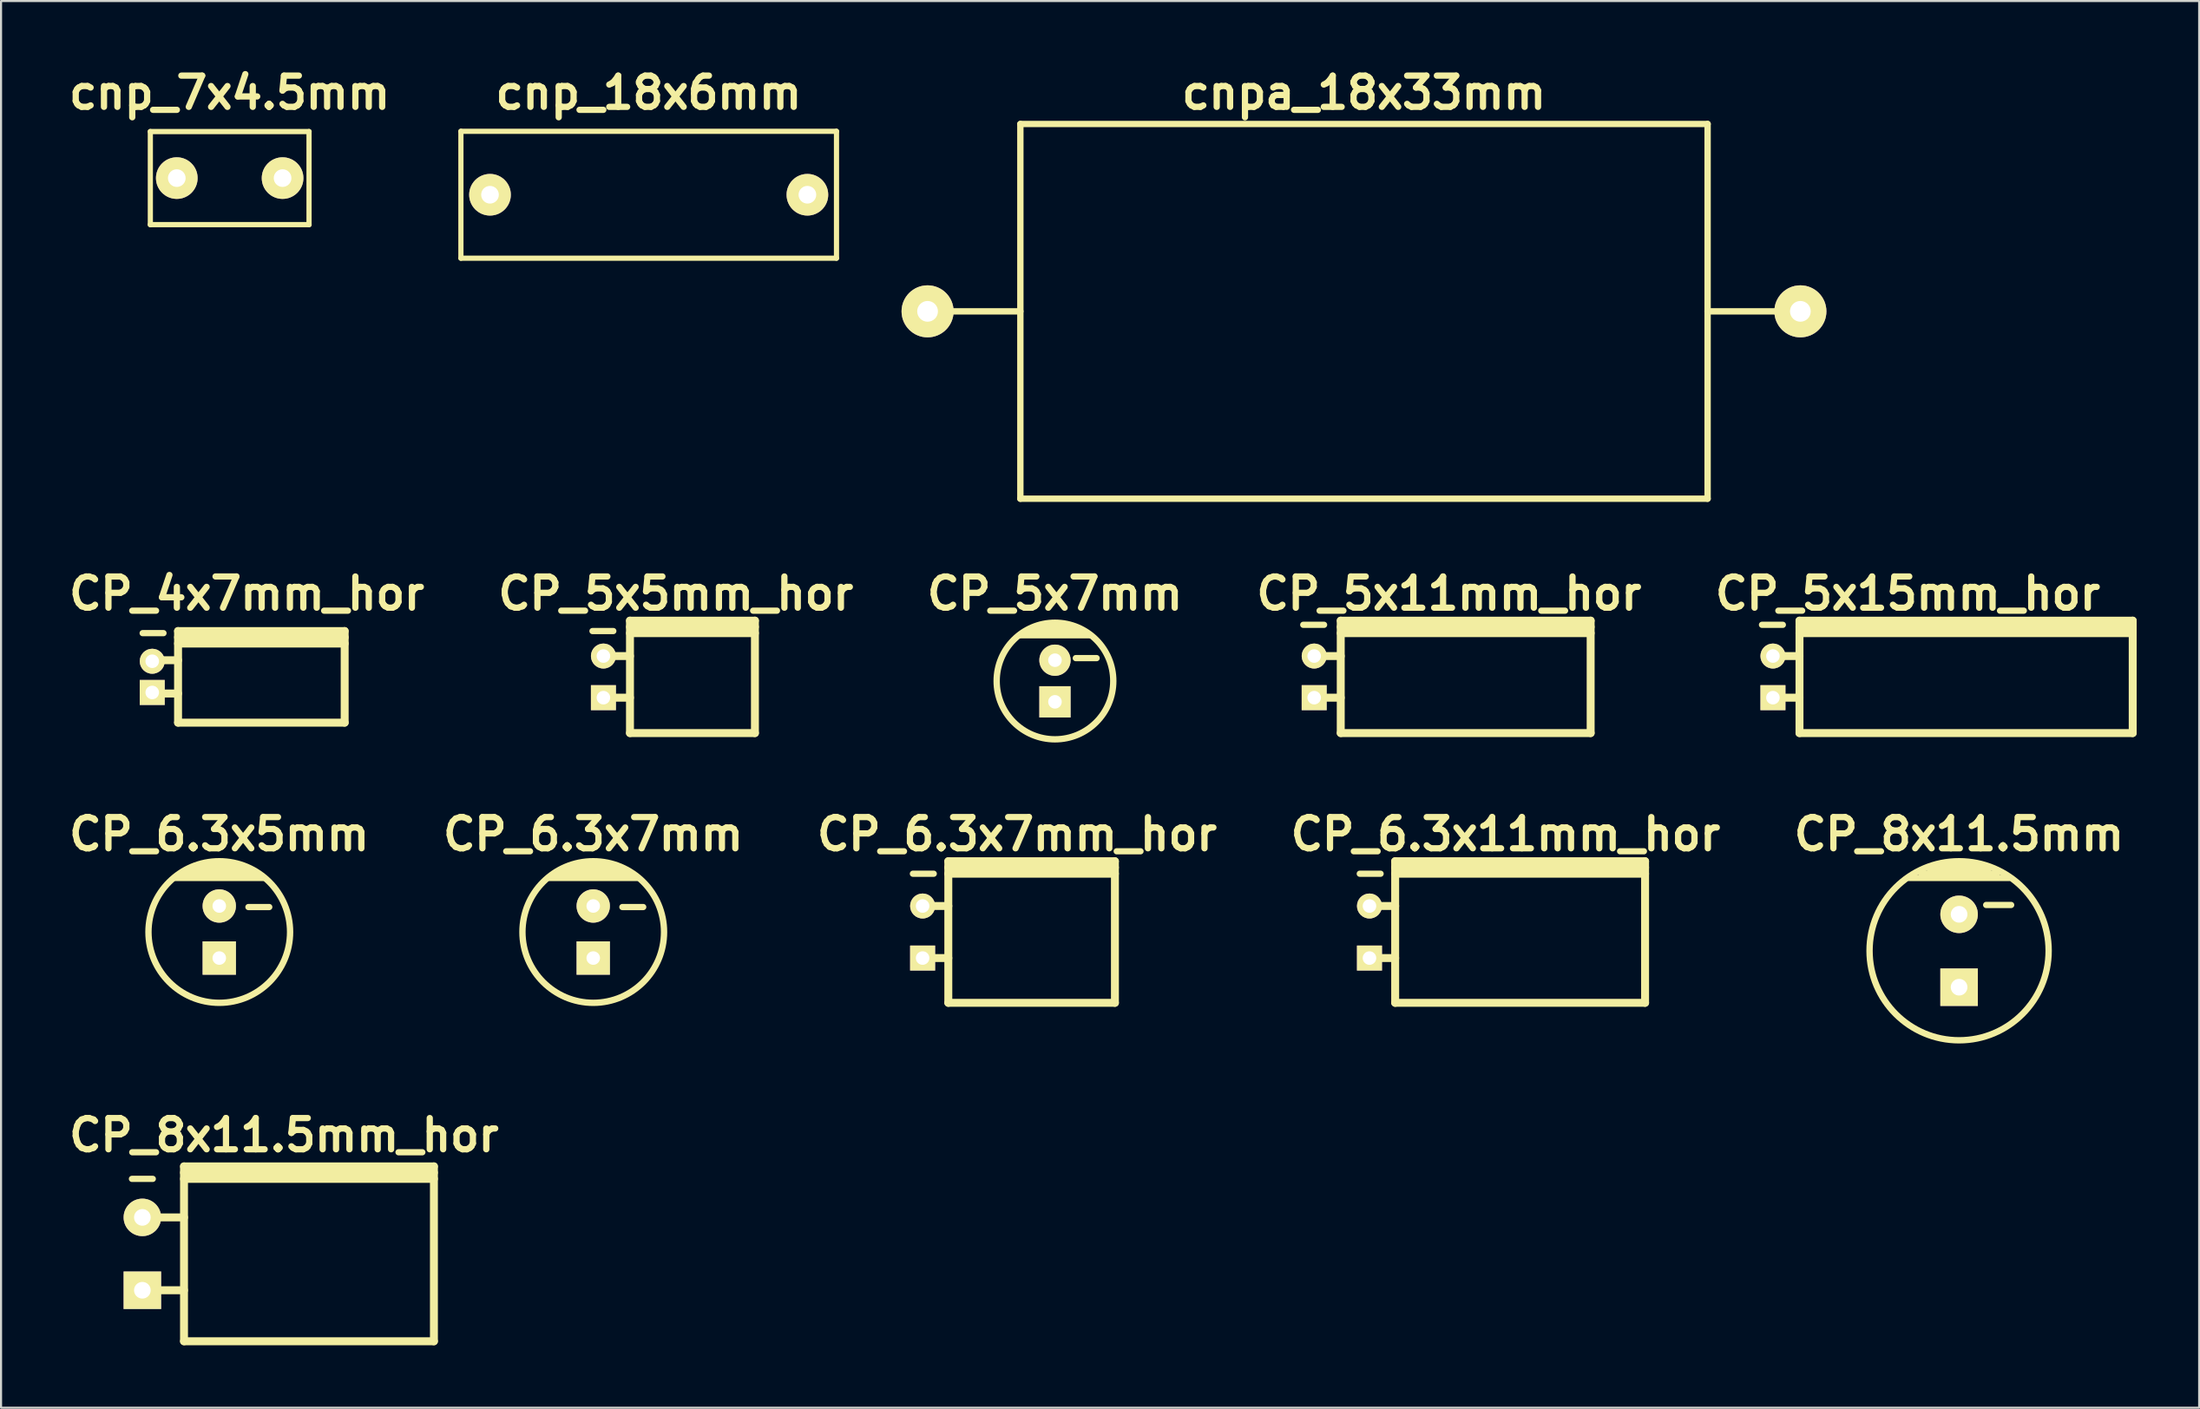
<source format=kicad_pcb>
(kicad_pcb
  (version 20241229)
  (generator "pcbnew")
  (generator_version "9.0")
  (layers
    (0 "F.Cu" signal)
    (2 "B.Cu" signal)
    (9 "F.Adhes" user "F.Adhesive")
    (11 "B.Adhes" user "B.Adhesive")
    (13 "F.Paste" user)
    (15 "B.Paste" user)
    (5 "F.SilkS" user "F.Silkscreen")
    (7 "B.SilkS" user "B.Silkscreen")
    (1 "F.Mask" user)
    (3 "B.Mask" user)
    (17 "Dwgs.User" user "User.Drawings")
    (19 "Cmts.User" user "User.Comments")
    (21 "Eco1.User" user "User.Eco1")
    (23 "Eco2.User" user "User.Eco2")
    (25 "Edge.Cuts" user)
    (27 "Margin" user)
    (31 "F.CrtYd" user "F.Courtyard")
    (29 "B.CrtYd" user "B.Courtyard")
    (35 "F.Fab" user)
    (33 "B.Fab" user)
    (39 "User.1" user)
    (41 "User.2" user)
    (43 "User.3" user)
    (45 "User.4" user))
  (footprint "CP_8x11.5mm"
    (layer "F.Cu")
    (at 91.021 42.616)
    (property "Reference" "CP_8x11.5mm" (at 0 -5.6 0) (layer "F.SilkS") (effects (font (size 1.5 1.5) (thickness 0.3))))
    (attr through_hole)
    (fp_line (start -2.4 -3.5) (end 2.4 -3.5) (stroke (width 0.305) (type solid)) (layer "F.SilkS"))
    (fp_line (start -1.8 -3.7) (end 1.8 -3.7) (stroke (width 0.305) (type solid)) (layer "F.SilkS"))
    (fp_line (start -1.4 -3.9) (end 1.4 -3.9) (stroke (width 0.305) (type solid)) (layer "F.SilkS"))
    (fp_line (start -0.8 -4.1) (end 0.9 -4.1) (stroke (width 0.305) (type solid)) (layer "F.SilkS"))
    (fp_line (start 1.3 -2.2) (end 2.5 -2.2) (stroke (width 0.3) (type solid)) (layer "F.SilkS"))
    (fp_circle (center 0 0) (end -4.3 0) (stroke (width 0.305) (type solid)) (fill no) (layer "F.SilkS"))
    (pad "1" thru_hole rect (at 0 1.75) (size 1.8 1.8) (drill 0.8) (layers "*.Cu" "*.Mask" "F.SilkS"))
    (pad "2" thru_hole circle (at 0 -1.75) (size 1.8 1.8) (drill 0.8) (layers "*.Cu" "*.Mask" "F.SilkS")))
  (footprint "CP_6.3x5mm"
    (layer "F.Cu")
    (at 7.479 41.716)
    (property "Reference" "CP_6.3x5mm" (at 0 -4.7 0) (layer "F.SilkS") (effects (font (size 1.5 1.5) (thickness 0.3))))
    (attr through_hole)
    (fp_line (start -2.1 -2.6) (end 2.1 -2.6) (stroke (width 0.305) (type solid)) (layer "F.SilkS"))
    (fp_line (start -1.8 -2.8) (end 1.8 -2.8) (stroke (width 0.305) (type solid)) (layer "F.SilkS"))
    (fp_line (start -1.4 -3) (end 1.4 -3) (stroke (width 0.305) (type solid)) (layer "F.SilkS"))
    (fp_line (start -0.8 -3.2) (end 0.9 -3.2) (stroke (width 0.305) (type solid)) (layer "F.SilkS"))
    (fp_line (start 1.4 -1.2) (end 2.4 -1.2) (stroke (width 0.3) (type solid)) (layer "F.SilkS"))
    (fp_circle (center 0 0) (end -3.4 0) (stroke (width 0.305) (type solid)) (fill no) (layer "F.SilkS"))
    (pad "1" thru_hole rect (at 0 1.25) (size 1.6 1.6) (drill 0.65) (layers "*.Cu" "*.Mask" "F.SilkS"))
    (pad "2" thru_hole circle (at 0 -1.25) (size 1.6 1.6) (drill 0.65) (layers "*.Cu" "*.Mask" "F.SilkS")))
  (footprint "CP_6.3x11mm_hor"
    (layer "F.Cu")
    (at 69.243 41.716)
    (property "Reference" "CP_6.3x11mm_hor" (at 0 -4.7 0) (layer "F.SilkS") (effects (font (size 1.5 1.5) (thickness 0.3))))
    (attr through_hole)
    (fp_line (start -7 -2.8) (end -6 -2.8) (stroke (width 0.3) (type solid)) (layer "F.SilkS"))
    (fp_line (start -6.5 -1.25) (end -5.3 -1.25) (stroke (width 0.381) (type solid)) (layer "F.SilkS"))
    (fp_line (start -6.5 1.25) (end -5.3 1.25) (stroke (width 0.381) (type solid)) (layer "F.SilkS"))
    (fp_line (start -5.3 -3.1) (end 6.7 -3.1) (stroke (width 0.381) (type solid)) (layer "F.SilkS"))
    (fp_line (start -5.3 -2.8) (end 6.7 -2.8) (stroke (width 0.381) (type solid)) (layer "F.SilkS"))
    (fp_line (start -5.3 3.4) (end -5.3 -3.4) (stroke (width 0.381) (type solid)) (layer "F.SilkS"))
    (fp_line (start 6.7 -3.4) (end -5.3 -3.4) (stroke (width 0.381) (type solid)) (layer "F.SilkS"))
    (fp_line (start 6.7 -3.4) (end 6.7 3.4) (stroke (width 0.381) (type solid)) (layer "F.SilkS"))
    (fp_line (start 6.7 3.4) (end -5.3 3.4) (stroke (width 0.381) (type solid)) (layer "F.SilkS"))
    (pad "1" thru_hole rect (at -6.534 1.25) (size 1.2 1.2) (drill 0.65) (layers "*.Cu" "*.Mask" "F.SilkS"))
    (pad "2" thru_hole circle (at -6.534 -1.25) (size 1.2 1.2) (drill 0.65) (layers "*.Cu" "*.Mask" "F.SilkS")))
  (footprint "CP_5x5mm_hor"
    (layer "F.Cu")
    (at 29.4 29.46)
    (property "Reference" "CP_5x5mm_hor" (at 0 -4 0) (layer "F.SilkS") (effects (font (size 1.5 1.5) (thickness 0.3))))
    (attr through_hole)
    (fp_line (start -4 -2.2) (end -3 -2.2) (stroke (width 0.3) (type solid)) (layer "F.SilkS"))
    (fp_line (start -3.475 -1) (end -2.2 -1) (stroke (width 0.381) (type solid)) (layer "F.SilkS"))
    (fp_line (start -3.475 1) (end -2.2 1) (stroke (width 0.381) (type solid)) (layer "F.SilkS"))
    (fp_line (start -2.2 -2.4) (end 3.8 -2.4) (stroke (width 0.381) (type solid)) (layer "F.SilkS"))
    (fp_line (start -2.2 -2.1) (end 3.8 -2.1) (stroke (width 0.381) (type solid)) (layer "F.SilkS"))
    (fp_line (start -2.2 2.7) (end -2.2 -2.7) (stroke (width 0.381) (type solid)) (layer "F.SilkS"))
    (fp_line (start 3.8 -2.7) (end -2.2 -2.7) (stroke (width 0.381) (type solid)) (layer "F.SilkS"))
    (fp_line (start 3.8 -2.7) (end 3.8 2.7) (stroke (width 0.381) (type solid)) (layer "F.SilkS"))
    (fp_line (start 3.8 2.7) (end -2.2 2.7) (stroke (width 0.381) (type solid)) (layer "F.SilkS"))
    (pad "1" thru_hole rect (at -3.475 1) (size 1.2 1.2) (drill 0.65) (layers "*.Cu" "*.Mask" "F.SilkS"))
    (pad "2" thru_hole circle (at -3.475 -1) (size 1.2 1.2) (drill 0.65) (layers "*.Cu" "*.Mask" "F.SilkS")))
  (footprint "CP_6.3x7mm_hor"
    (layer "F.Cu")
    (at 45.786 41.716)
    (property "Reference" "CP_6.3x7mm_hor" (at 0 -4.7 0) (layer "F.SilkS") (effects (font (size 1.5 1.5) (thickness 0.3))))
    (attr through_hole)
    (fp_line (start -5 -2.8) (end -4 -2.8) (stroke (width 0.3) (type solid)) (layer "F.SilkS"))
    (fp_line (start -4.5 -1.25) (end -3.3 -1.25) (stroke (width 0.381) (type solid)) (layer "F.SilkS"))
    (fp_line (start -4.5 1.25) (end -3.3 1.25) (stroke (width 0.381) (type solid)) (layer "F.SilkS"))
    (fp_line (start -3.3 -3.1) (end 4.7 -3.1) (stroke (width 0.381) (type solid)) (layer "F.SilkS"))
    (fp_line (start -3.3 -2.8) (end 4.7 -2.8) (stroke (width 0.381) (type solid)) (layer "F.SilkS"))
    (fp_line (start -3.3 3.4) (end -3.3 -3.4) (stroke (width 0.381) (type solid)) (layer "F.SilkS"))
    (fp_line (start 4.7 -3.4) (end -3.3 -3.4) (stroke (width 0.381) (type solid)) (layer "F.SilkS"))
    (fp_line (start 4.7 -3.4) (end 4.7 3.4) (stroke (width 0.381) (type solid)) (layer "F.SilkS"))
    (fp_line (start 4.7 3.4) (end -3.3 3.4) (stroke (width 0.381) (type solid)) (layer "F.SilkS"))
    (pad "1" thru_hole rect (at -4.534 1.25) (size 1.2 1.2) (drill 0.65) (layers "*.Cu" "*.Mask" "F.SilkS"))
    (pad "2" thru_hole circle (at -4.534 -1.25) (size 1.2 1.2) (drill 0.65) (layers "*.Cu" "*.Mask" "F.SilkS")))
  (footprint "CP_5x7mm"
    (layer "F.Cu")
    (at 47.607 29.66)
    (property "Reference" "CP_5x7mm" (at 0 -4.2 0) (layer "F.SilkS") (effects (font (size 1.5 1.5) (thickness 0.3))))
    (attr through_hole)
    (fp_line (start -1.7 -2.2) (end 1.7 -2.2) (stroke (width 0.305) (type solid)) (layer "F.SilkS"))
    (fp_line (start -1.3 -2.4) (end 1.3 -2.4) (stroke (width 0.305) (type solid)) (layer "F.SilkS"))
    (fp_line (start -0.8 -2.6) (end 0.8 -2.6) (stroke (width 0.305) (type solid)) (layer "F.SilkS"))
    (fp_line (start 1 -1.1) (end 2 -1.1) (stroke (width 0.3) (type solid)) (layer "F.SilkS"))
    (fp_circle (center 0 0) (end 2.8 0) (stroke (width 0.305) (type solid)) (fill no) (layer "F.SilkS"))
    (pad "1" thru_hole rect (at 0 1) (size 1.5 1.5) (drill 0.65) (layers "*.Cu" "*.Mask" "F.SilkS"))
    (pad "2" thru_hole circle (at 0 -1) (size 1.5 1.5) (drill 0.65) (layers "*.Cu" "*.Mask" "F.SilkS")))
  (footprint "CP_5x11mm_hor"
    (layer "F.Cu")
    (at 66.529 29.46)
    (property "Reference" "CP_5x11mm_hor" (at 0 -4 0) (layer "F.SilkS") (effects (font (size 1.5 1.5) (thickness 0.3))))
    (attr through_hole)
    (fp_line (start -7 -2.5) (end -6 -2.5) (stroke (width 0.3) (type solid)) (layer "F.SilkS"))
    (fp_line (start -6.5 -1) (end -5.2 -1) (stroke (width 0.381) (type solid)) (layer "F.SilkS"))
    (fp_line (start -6.5 1) (end -5.2 1) (stroke (width 0.381) (type solid)) (layer "F.SilkS"))
    (fp_line (start -5.2 -2.4) (end 6.8 -2.4) (stroke (width 0.381) (type solid)) (layer "F.SilkS"))
    (fp_line (start -5.2 -2.1) (end 6.8 -2.1) (stroke (width 0.381) (type solid)) (layer "F.SilkS"))
    (fp_line (start -5.2 2.7) (end -5.2 -2.7) (stroke (width 0.381) (type solid)) (layer "F.SilkS"))
    (fp_line (start 6.8 -2.7) (end -5.2 -2.7) (stroke (width 0.381) (type solid)) (layer "F.SilkS"))
    (fp_line (start 6.8 -2.7) (end 6.8 2.7) (stroke (width 0.381) (type solid)) (layer "F.SilkS"))
    (fp_line (start 6.8 2.7) (end -5.2 2.7) (stroke (width 0.381) (type solid)) (layer "F.SilkS"))
    (pad "1" thru_hole rect (at -6.475 1) (size 1.2 1.2) (drill 0.65) (layers "*.Cu" "*.Mask" "F.SilkS"))
    (pad "2" thru_hole circle (at -6.475 -1) (size 1.2 1.2) (drill 0.65) (layers "*.Cu" "*.Mask" "F.SilkS")))
  (footprint "cnpa_18x33mm"
    (layer "F.Cu")
    (at 62.445 11.904)
    (property "Reference" "cnpa_18x33mm" (at 0 -10.5 0) (layer "F.SilkS") (effects (font (size 1.5 1.5) (thickness 0.3))))
    (attr through_hole)
    (fp_line (start -16.5 -8.999) (end -16.5 8.999) (stroke (width 0.305) (type solid)) (layer "F.SilkS"))
    (fp_line (start -16.5 -8.999) (end 16.5 -8.999) (stroke (width 0.305) (type solid)) (layer "F.SilkS"))
    (fp_line (start -16.5 0) (end -21.001 0) (stroke (width 0.305) (type solid)) (layer "F.SilkS"))
    (fp_line (start 16.5 8.999) (end -16.5 8.999) (stroke (width 0.305) (type solid)) (layer "F.SilkS"))
    (fp_line (start 16.5 8.999) (end 16.5 -8.999) (stroke (width 0.305) (type solid)) (layer "F.SilkS"))
    (fp_line (start 20.998 0) (end 16.497 0) (stroke (width 0.305) (type solid)) (layer "F.SilkS"))
    (pad "1" thru_hole circle (at 20.955 0) (size 2.499 2.499) (drill 0.996) (layers "*.Cu" "*.Mask" "F.SilkS"))
    (pad "2" thru_hole circle (at -20.955 0) (size 2.499 2.499) (drill 0.996) (layers "*.Cu" "*.Mask" "F.SilkS")))
  (footprint "cnp_18x6mm"
    (layer "F.Cu")
    (at 28.099 6.304)
    (property "Reference" "cnp_18x6mm" (at 0 -4.9 0) (layer "F.SilkS") (effects (font (size 1.5 1.5) (thickness 0.3))))
    (attr through_hole)
    (fp_line (start -9.017 -3.048) (end -9.017 3.048) (stroke (width 0.249) (type solid)) (layer "F.SilkS"))
    (fp_line (start -9.017 3.048) (end 9.017 3.048) (stroke (width 0.249) (type solid)) (layer "F.SilkS"))
    (fp_line (start 9.017 -3.048) (end -9.017 -3.048) (stroke (width 0.249) (type solid)) (layer "F.SilkS"))
    (fp_line (start 9.017 -3.048) (end 9.017 3.048) (stroke (width 0.249) (type solid)) (layer "F.SilkS"))
    (pad "1" thru_hole circle (at -7.62 0) (size 1.999 1.999) (drill 0.848) (layers "*.Cu" "*.Mask" "F.SilkS"))
    (pad "2" thru_hole circle (at 7.62 0) (size 1.999 1.999) (drill 0.848) (layers "*.Cu" "*.Mask" "F.SilkS")))
  (footprint "CP_6.3x7mm"
    (layer "F.Cu")
    (at 25.436 41.716)
    (property "Reference" "CP_6.3x7mm" (at 0 -4.7 0) (layer "F.SilkS") (effects (font (size 1.5 1.5) (thickness 0.3))))
    (attr through_hole)
    (fp_line (start -2.1 -2.6) (end 2.1 -2.6) (stroke (width 0.305) (type solid)) (layer "F.SilkS"))
    (fp_line (start -1.8 -2.8) (end 1.8 -2.8) (stroke (width 0.305) (type solid)) (layer "F.SilkS"))
    (fp_line (start -1.4 -3) (end 1.4 -3) (stroke (width 0.305) (type solid)) (layer "F.SilkS"))
    (fp_line (start -0.8 -3.2) (end 0.9 -3.2) (stroke (width 0.305) (type solid)) (layer "F.SilkS"))
    (fp_line (start 1.4 -1.2) (end 2.4 -1.2) (stroke (width 0.3) (type solid)) (layer "F.SilkS"))
    (fp_circle (center 0 0) (end -3.4 0) (stroke (width 0.305) (type solid)) (fill no) (layer "F.SilkS"))
    (pad "1" thru_hole rect (at 0 1.25) (size 1.6 1.6) (drill 0.65) (layers "*.Cu" "*.Mask" "F.SilkS"))
    (pad "2" thru_hole circle (at 0 -1.25) (size 1.6 1.6) (drill 0.65) (layers "*.Cu" "*.Mask" "F.SilkS")))
  (footprint "CP_8x11.5mm_hor"
    (layer "F.Cu")
    (at 10.586 57.172)
    (property "Reference" "CP_8x11.5mm_hor" (at 0 -5.7 0) (layer "F.SilkS") (effects (font (size 1.5 1.5) (thickness 0.3))))
    (attr through_hole)
    (fp_line (start -7.3 -3.6) (end -6.3 -3.6) (stroke (width 0.3) (type solid)) (layer "F.SilkS"))
    (fp_line (start -6.8 -1.75) (end -4.8 -1.75) (stroke (width 0.381) (type solid)) (layer "F.SilkS"))
    (fp_line (start -6.8 1.75) (end -4.8 1.75) (stroke (width 0.381) (type solid)) (layer "F.SilkS"))
    (fp_line (start -4.8 -3.9) (end 7.2 -3.9) (stroke (width 0.381) (type solid)) (layer "F.SilkS"))
    (fp_line (start -4.8 -3.6) (end 7.2 -3.6) (stroke (width 0.381) (type solid)) (layer "F.SilkS"))
    (fp_line (start -4.8 4.2) (end -4.8 -4.2) (stroke (width 0.381) (type solid)) (layer "F.SilkS"))
    (fp_line (start 7.2 -4.2) (end -4.8 -4.2) (stroke (width 0.381) (type solid)) (layer "F.SilkS"))
    (fp_line (start 7.2 -4.2) (end 7.2 4.2) (stroke (width 0.381) (type solid)) (layer "F.SilkS"))
    (fp_line (start 7.2 4.2) (end -4.8 4.2) (stroke (width 0.381) (type solid)) (layer "F.SilkS"))
    (pad "1" thru_hole rect (at -6.8 1.75) (size 1.8 1.8) (drill 0.8) (layers "*.Cu" "*.Mask" "F.SilkS"))
    (pad "2" thru_hole circle (at -6.8 -1.75) (size 1.8 1.8) (drill 0.8) (layers "*.Cu" "*.Mask" "F.SilkS")))
  (footprint "CP_5x15mm_hor"
    (layer "F.Cu")
    (at 90.557 29.46)
    (property "Reference" "CP_5x15mm_hor" (at -2 -4 0) (layer "F.SilkS") (effects (font (size 1.5 1.5) (thickness 0.3))))
    (attr through_hole)
    (fp_line (start -9 -2.5) (end -8 -2.5) (stroke (width 0.3) (type solid)) (layer "F.SilkS"))
    (fp_line (start -8.5 -1) (end -7.2 -1) (stroke (width 0.381) (type solid)) (layer "F.SilkS"))
    (fp_line (start -8.5 1) (end -7.2 1) (stroke (width 0.381) (type solid)) (layer "F.SilkS"))
    (fp_line (start -7.2 -2.4) (end 8.8 -2.4) (stroke (width 0.381) (type solid)) (layer "F.SilkS"))
    (fp_line (start -7.2 -2.1) (end 8.8 -2.1) (stroke (width 0.381) (type solid)) (layer "F.SilkS"))
    (fp_line (start -7.2 2.7) (end -7.2 -2.7) (stroke (width 0.381) (type solid)) (layer "F.SilkS"))
    (fp_line (start 8.8 -2.7) (end -7.2 -2.7) (stroke (width 0.381) (type solid)) (layer "F.SilkS"))
    (fp_line (start 8.8 -2.7) (end 8.8 2.7) (stroke (width 0.381) (type solid)) (layer "F.SilkS"))
    (fp_line (start 8.8 2.7) (end -7.2 2.7) (stroke (width 0.381) (type solid)) (layer "F.SilkS"))
    (pad "1" thru_hole rect (at -8.475 1) (size 1.2 1.2) (drill 0.65) (layers "*.Cu" "*.Mask" "F.SilkS"))
    (pad "2" thru_hole circle (at -8.475 -1) (size 1.2 1.2) (drill 0.65) (layers "*.Cu" "*.Mask" "F.SilkS")))
  (footprint "CP_4x7mm_hor"
    (layer "F.Cu")
    (at 8.8 29.46)
    (property "Reference" "CP_4x7mm_hor" (at 0 -4 0) (layer "F.SilkS") (effects (font (size 1.5 1.5) (thickness 0.3))))
    (attr through_hole)
    (fp_line (start -5 -2.1) (end -4 -2.1) (stroke (width 0.3) (type solid)) (layer "F.SilkS"))
    (fp_line (start -4.5 -0.8) (end -3.3 -0.8) (stroke (width 0.381) (type solid)) (layer "F.SilkS"))
    (fp_line (start -4.5 0.8) (end -3.3 0.8) (stroke (width 0.381) (type solid)) (layer "F.SilkS"))
    (fp_line (start -3.3 -1.9) (end 4.7 -1.9) (stroke (width 0.381) (type solid)) (layer "F.SilkS"))
    (fp_line (start -3.3 -1.6) (end 4.7 -1.6) (stroke (width 0.381) (type solid)) (layer "F.SilkS"))
    (fp_line (start -3.3 2.2) (end -3.3 -2.2) (stroke (width 0.381) (type solid)) (layer "F.SilkS"))
    (fp_line (start 4.7 -2.2) (end -3.3 -2.2) (stroke (width 0.381) (type solid)) (layer "F.SilkS"))
    (fp_line (start 4.7 -2.2) (end 4.7 2.2) (stroke (width 0.381) (type solid)) (layer "F.SilkS"))
    (fp_line (start 4.7 2.2) (end -3.3 2.2) (stroke (width 0.381) (type solid)) (layer "F.SilkS"))
    (pad "1" thru_hole rect (at -4.54 0.75) (size 1.2 1.2) (drill 0.65) (layers "*.Cu" "*.Mask" "F.SilkS"))
    (pad "2" thru_hole circle (at -4.54 -0.75) (size 1.2 1.2) (drill 0.65) (layers "*.Cu" "*.Mask" "F.SilkS")))
  (footprint "cnp_7x4.5mm"
    (layer "F.Cu")
    (at 7.979 5.504)
    (property "Reference" "cnp_7x4.5mm" (at 0 -4.1 0) (layer "F.SilkS") (effects (font (size 1.5 1.5) (thickness 0.3))))
    (attr through_hole)
    (fp_line (start -3.81 -2.235) (end 3.81 -2.235) (stroke (width 0.254) (type solid)) (layer "F.SilkS"))
    (fp_line (start -3.81 2.235) (end -3.81 -2.235) (stroke (width 0.249) (type solid)) (layer "F.SilkS"))
    (fp_line (start 3.81 2.235) (end -3.81 2.235) (stroke (width 0.254) (type solid)) (layer "F.SilkS"))
    (fp_line (start 3.81 2.235) (end 3.81 -2.235) (stroke (width 0.249) (type solid)) (layer "F.SilkS"))
    (pad "1" thru_hole circle (at -2.54 0) (size 1.999 1.999) (drill 0.848) (layers "*.Cu" "*.Mask" "F.SilkS"))
    (pad "2" thru_hole circle (at 2.54 0) (size 1.999 1.999) (drill 0.848) (layers "*.Cu" "*.Mask" "F.SilkS")))
  (gr_rect
    (start -3 -3)
    (end 102.548 64.563)
    (stroke (width 0.1) (type default))
    (fill no)
    (layer "Edge.Cuts")))
</source>
